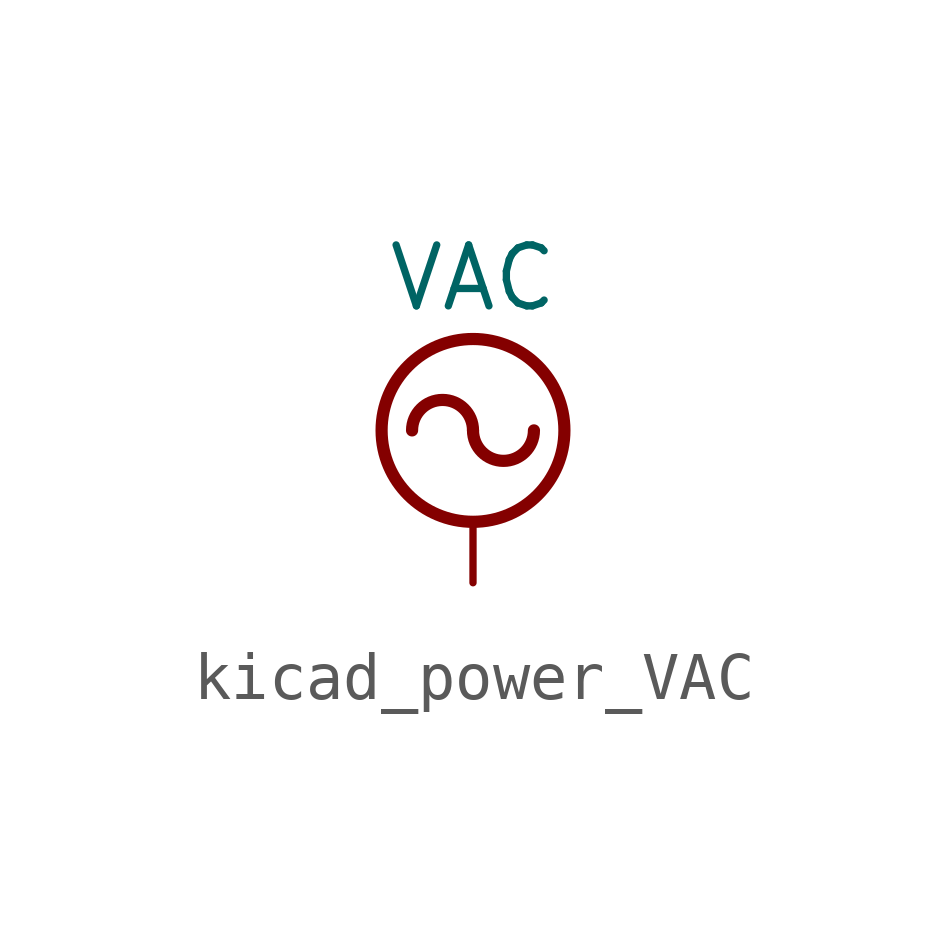
<source format=kicad_sym>
(kicad_symbol_lib
  (version 20220914)
  (generator kicad_symbol_editor)
  (symbol "kicad_power_VAC"
    (power)
    (pin_names
      (offset 0))
    (property "Reference" "#PWR"
      (at 0 -2.54 0)
      (effects (font (size 1.27 1.27)) hide))
    (property "Value" "VAC"
      (at 0 6.35 0)
      (effects (font (size 1.27 1.27))))
    (symbol "kicad_power_VAC_0_1"
      (polyline (pts (xy 0 0) (xy 0 1.27)) (stroke (width 0) (type default)) (fill (type none)))
      (arc (start 0 3.175) (mid -0.635 3.8073) (end -1.27 3.175) (stroke (width 0.254) (type default)) (fill (type none)))
      (arc (start 0 3.175) (mid 0.635 2.5427) (end 1.27 3.175) (stroke (width 0.254) (type default)) (fill (type none)))
      (circle (center 0 3.175) (radius 1.905) (stroke (width 0.254) (type default)) (fill (type none))))
    (symbol "kicad_power_VAC_1_1"
      (pin power_in line (at 0 0 90) (length 0) hide (name "VAC" (effects (font (size 1.27 1.27)))) (number "1" (effects (font (size 1.27 1.27))))))))
</source>
